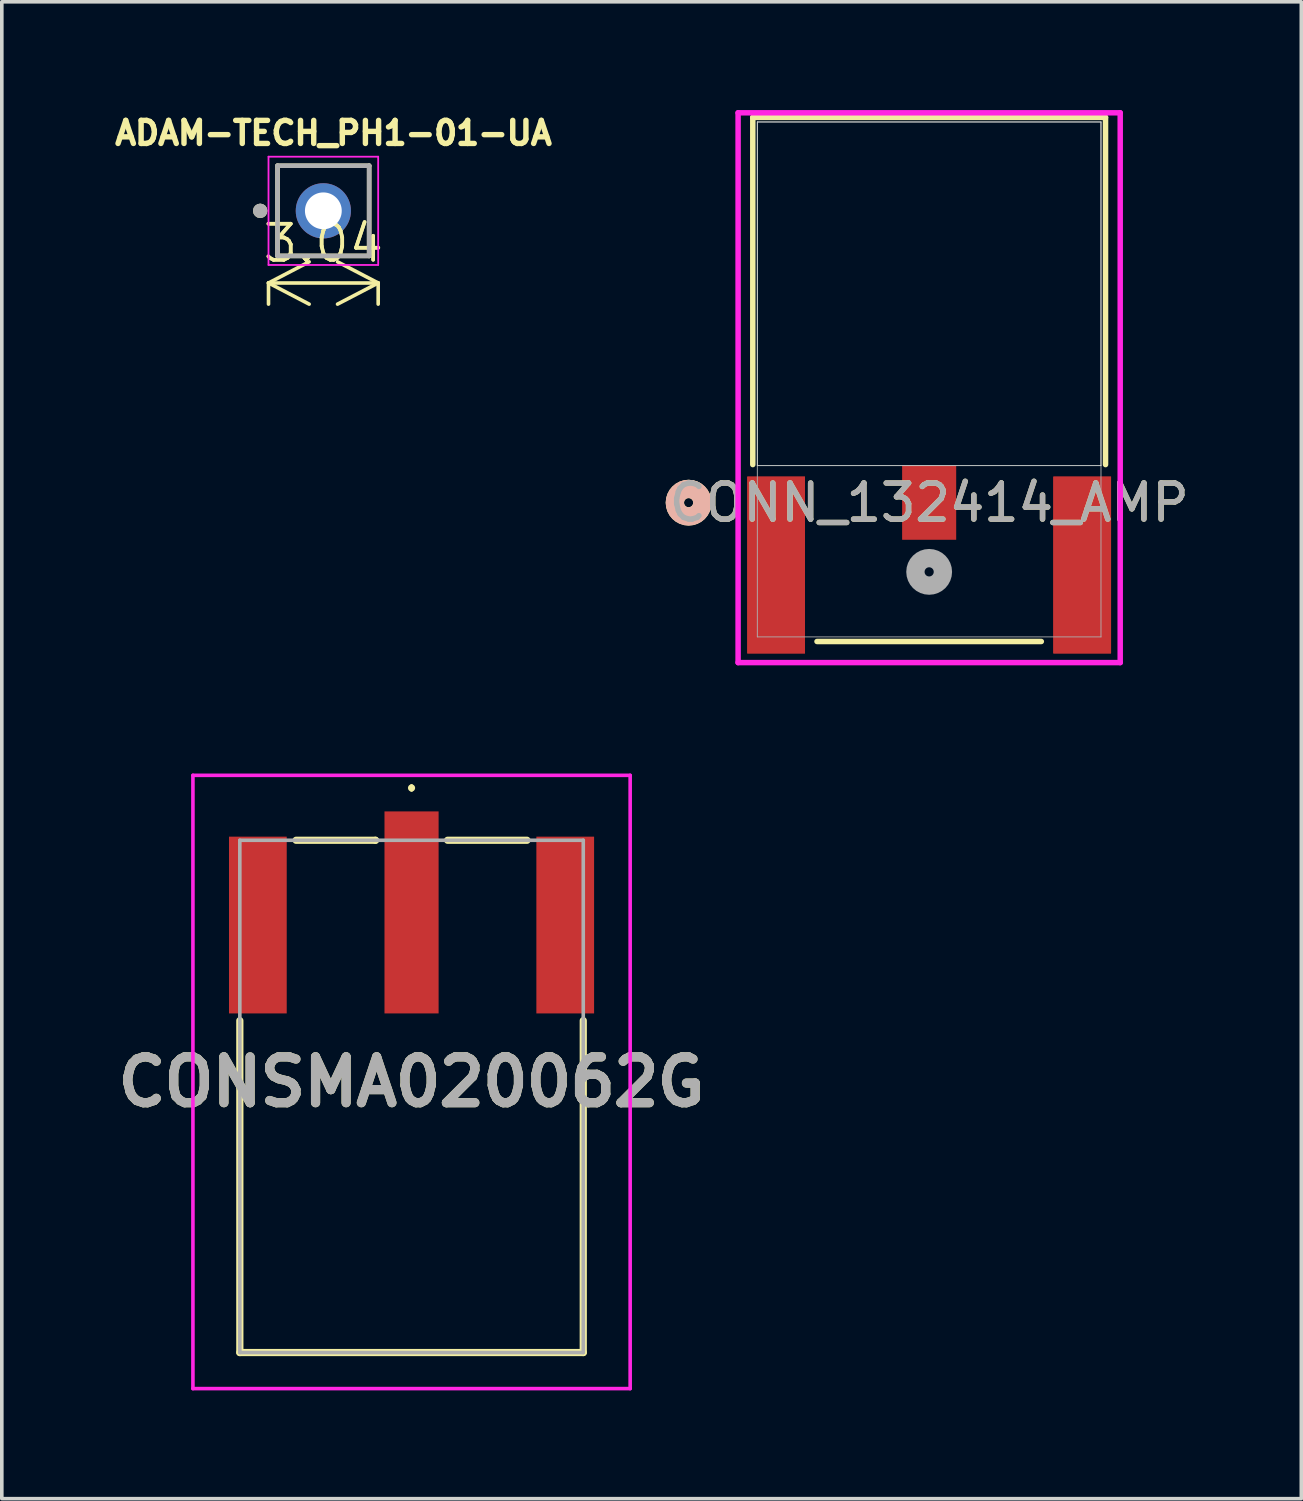
<source format=kicad_pcb>
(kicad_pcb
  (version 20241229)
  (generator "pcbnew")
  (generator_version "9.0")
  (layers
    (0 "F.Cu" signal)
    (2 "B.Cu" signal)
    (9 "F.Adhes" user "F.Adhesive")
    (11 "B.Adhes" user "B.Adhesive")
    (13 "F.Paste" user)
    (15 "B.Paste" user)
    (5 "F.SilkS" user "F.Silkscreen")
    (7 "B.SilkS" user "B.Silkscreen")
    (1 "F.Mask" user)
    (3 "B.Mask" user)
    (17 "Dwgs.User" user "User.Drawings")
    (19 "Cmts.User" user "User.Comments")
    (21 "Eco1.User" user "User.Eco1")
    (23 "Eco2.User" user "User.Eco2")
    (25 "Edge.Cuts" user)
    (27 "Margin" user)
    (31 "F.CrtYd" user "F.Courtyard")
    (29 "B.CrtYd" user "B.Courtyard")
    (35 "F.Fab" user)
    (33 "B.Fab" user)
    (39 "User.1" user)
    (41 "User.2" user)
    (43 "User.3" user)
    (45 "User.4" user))
  (footprint "ADAM-TECH_PH1-01-UA"
    (layer "F.Cu")
    (at 5.913 2.794)
    (property "Reference" "ADAM-TECH_PH1-01-UA" (at 0.282 -2.156 0) (layer "F.SilkS") (effects (font (size 0.64 0.64) (thickness 0.15))))
    (attr through_hole)
    (fp_line (start -1.27 -1.25) (end -1.27 1.25) (stroke (width 0.127) (type solid)) (layer "F.SilkS"))
    (fp_line (start -1.27 1.25) (end 1.27 1.25) (stroke (width 0.127) (type solid)) (layer "F.SilkS"))
    (fp_line (start 1.27 -1.25) (end -1.27 -1.25) (stroke (width 0.127) (type solid)) (layer "F.SilkS"))
    (fp_line (start 1.27 1.25) (end 1.27 -1.25) (stroke (width 0.127) (type solid)) (layer "F.SilkS"))
    (fp_circle (center -1.75 0) (end -1.65 0) (stroke (width 0.2) (type solid)) (fill no) (layer "F.SilkS"))
    (fp_line (start -1.52 -1.5) (end -1.52 1.5) (stroke (width 0.05) (type solid)) (layer "F.CrtYd"))
    (fp_line (start -1.52 1.5) (end 1.52 1.5) (stroke (width 0.05) (type solid)) (layer "F.CrtYd"))
    (fp_line (start 1.52 -1.5) (end -1.52 -1.5) (stroke (width 0.05) (type solid)) (layer "F.CrtYd"))
    (fp_line (start 1.52 1.5) (end 1.52 -1.5) (stroke (width 0.05) (type solid)) (layer "F.CrtYd"))
    (fp_line (start -1.27 -1.25) (end -1.27 1.25) (stroke (width 0.127) (type solid)) (layer "F.Fab"))
    (fp_line (start -1.27 1.25) (end 1.27 1.25) (stroke (width 0.127) (type solid)) (layer "F.Fab"))
    (fp_line (start 1.27 -1.25) (end -1.27 -1.25) (stroke (width 0.127) (type solid)) (layer "F.Fab"))
    (fp_line (start 1.27 1.25) (end 1.27 -1.25) (stroke (width 0.127) (type solid)) (layer "F.Fab"))
    (fp_circle (center -1.75 0) (end -1.65 0) (stroke (width 0.2) (type solid)) (fill no) (layer "F.Fab"))
    (dimension (type orthogonal) (layer "F.SilkS") (pts (xy 4.393 4.294) (xy 7.433 4.294)) (height 0.5) (orientation 0) (format (prefix "") (suffix "") (units 3) (units_format 0) (precision 4) (suppress_zeroes yes)) (style (thickness 0.1) (arrow_length 1.27) (text_position_mode 0) (arrow_direction outward) (extension_height 0.586) (extension_offset 0.5) (keep_text_aligned yes)) (gr_text "3.04" (at 5.913 3.694 0) (layer "F.SilkS") (effects (font (size 1 1) (thickness 0.1)))))
    (pad "1" thru_hole circle (at 0 0) (size 1.53 1.53) (drill 1.02) (layers "*.Cu" "*.Mask")))
  (footprint "CONN_132414_AMP"
    (layer "F.Cu")
    (at 22.706 7.468)
    (property "Reference" "CONN_132414_AMP" (at 0 3.416 0) (unlocked yes) (layer "F.SilkS") (effects (font (size 1 1) (thickness 0.15))))
    (attr smd)
    (fp_line (start -4.889 -7.264) (end -4.889 2.36) (stroke (width 0.152) (type solid)) (layer "F.SilkS"))
    (fp_line (start -3.109 7.264) (end 3.109 7.264) (stroke (width 0.152) (type solid)) (layer "F.SilkS"))
    (fp_line (start 4.889 -7.264) (end -4.889 -7.264) (stroke (width 0.152) (type solid)) (layer "F.SilkS"))
    (fp_line (start 4.889 2.36) (end 4.889 -7.264) (stroke (width 0.152) (type solid)) (layer "F.SilkS"))
    (fp_circle (center -6.668 3.416) (end -6.287 3.416) (stroke (width 0.508) (type solid)) (fill no) (layer "F.SilkS"))
    (fp_circle (center -6.668 3.416) (end -6.287 3.416) (stroke (width 0.508) (type solid)) (fill no) (layer "B.SilkS"))
    (fp_line (start -4.763 -7.137) (end 4.763 -7.137) (stroke (width 0.025) (type solid)) (layer "Edge.Cuts"))
    (fp_line (start -4.763 2.388) (end -4.763 -7.137) (stroke (width 0.025) (type solid)) (layer "Edge.Cuts"))
    (fp_line (start -4.763 2.388) (end 4.763 2.388) (stroke (width 0.025) (type solid)) (layer "Edge.Cuts"))
    (fp_line (start 4.763 -7.137) (end 4.763 2.388) (stroke (width 0.025) (type solid)) (layer "Edge.Cuts"))
    (fp_line (start -5.296 -7.391) (end -5.296 7.849) (stroke (width 0.152) (type solid)) (layer "F.CrtYd"))
    (fp_line (start -5.296 7.849) (end 5.296 7.849) (stroke (width 0.152) (type solid)) (layer "F.CrtYd"))
    (fp_line (start 5.296 -7.391) (end -5.296 -7.391) (stroke (width 0.152) (type solid)) (layer "F.CrtYd"))
    (fp_line (start 5.296 7.849) (end 5.296 -7.391) (stroke (width 0.152) (type solid)) (layer "F.CrtYd"))
    (fp_line (start -4.763 -7.137) (end -4.763 7.137) (stroke (width 0.025) (type solid)) (layer "F.Fab"))
    (fp_line (start -4.763 7.137) (end 4.763 7.137) (stroke (width 0.025) (type solid)) (layer "F.Fab"))
    (fp_line (start 4.763 -7.137) (end -4.763 -7.137) (stroke (width 0.025) (type solid)) (layer "F.Fab"))
    (fp_line (start 4.763 7.137) (end 4.763 -7.137) (stroke (width 0.025) (type solid)) (layer "F.Fab"))
    (fp_circle (center 0 5.334) (end 0.381 5.334) (stroke (width 0.508) (type solid)) (fill no) (layer "F.Fab"))
    (fp_text user "${REFERENCE}" (at 0 3.416 0) (unlocked yes) (layer "F.Fab") (effects (font (size 1 1) (thickness 0.15))))
    (pad "1" smd rect (at 0 3.416) (size 1.499 2.057) (layers "F.Cu" "F.Mask" "F.Paste"))
    (pad "2" smd rect (at -4.242 5.144) (size 1.6 4.902) (layers "F.Cu" "F.Mask" "F.Paste"))
    (pad "3" smd rect (at 4.242 5.144) (size 1.6 4.902) (layers "F.Cu" "F.Mask" "F.Paste"))
    (pad "4" smd rect (at -4.242 5.144) (size 1.6 4.902) (layers "F.Cu" "F.Mask" "F.Paste"))
    (pad "5" smd rect (at 4.242 5.144) (size 1.6 4.902) (layers "F.Cu" "F.Mask" "F.Paste")))
  (footprint "CONSMA020062G"
    (layer "F.Cu")
    (at 8.358 27.342)
    (property "Reference" "CONSMA020062G" (at 0 -0.4 0) (layer "F.SilkS") (effects (font (size 1.27 1.27) (thickness 0.254))))
    (attr smd)
    (fp_line (start -4.76 -2.1) (end -4.76 7.1) (stroke (width 0.2) (type solid)) (layer "F.SilkS"))
    (fp_line (start -4.76 7.1) (end 4.76 7.1) (stroke (width 0.2) (type solid)) (layer "F.SilkS"))
    (fp_line (start -1 -7.1) (end -3.2 -7.1) (stroke (width 0.2) (type solid)) (layer "F.SilkS"))
    (fp_line (start -1 -7.1) (end -1 -7.1) (stroke (width 0.2) (type solid)) (layer "F.SilkS"))
    (fp_line (start 0 -8.6) (end 0 -8.6) (stroke (width 0.1) (type solid)) (layer "F.SilkS"))
    (fp_line (start 0 -8.5) (end 0 -8.5) (stroke (width 0.1) (type solid)) (layer "F.SilkS"))
    (fp_line (start 3.2 -7.1) (end 1 -7.1) (stroke (width 0.2) (type solid)) (layer "F.SilkS"))
    (fp_line (start 4.76 7.1) (end 4.76 -2.1) (stroke (width 0.2) (type solid)) (layer "F.SilkS"))
    (fp_arc (start 0 -8.6) (mid 0.05 -8.55) (end 0 -8.5) (stroke (width 0.1) (type solid)) (layer "F.SilkS"))
    (fp_arc (start 0 -8.5) (mid -0.05 -8.55) (end 0 -8.6) (stroke (width 0.1) (type solid)) (layer "F.SilkS"))
    (fp_line (start -6.06 -8.9) (end 6.06 -8.9) (stroke (width 0.1) (type solid)) (layer "F.CrtYd"))
    (fp_line (start -6.06 8.1) (end -6.06 -8.9) (stroke (width 0.1) (type solid)) (layer "F.CrtYd"))
    (fp_line (start 6.06 -8.9) (end 6.06 8.1) (stroke (width 0.1) (type solid)) (layer "F.CrtYd"))
    (fp_line (start 6.06 8.1) (end -6.06 8.1) (stroke (width 0.1) (type solid)) (layer "F.CrtYd"))
    (fp_line (start -4.76 -7.1) (end -4.76 7.1) (stroke (width 0.1) (type solid)) (layer "F.Fab"))
    (fp_line (start -4.76 7.1) (end 4.76 7.1) (stroke (width 0.1) (type solid)) (layer "F.Fab"))
    (fp_line (start 4.76 -7.1) (end -4.76 -7.1) (stroke (width 0.1) (type solid)) (layer "F.Fab"))
    (fp_line (start 4.76 7.1) (end 4.76 -7.1) (stroke (width 0.1) (type solid)) (layer "F.Fab"))
    (fp_text user "${REFERENCE}" (at 0 -0.4 0) (layer "F.Fab") (effects (font (size 1.27 1.27) (thickness 0.254))))
    (pad "1" smd rect (at 0 -5.1) (size 1.5 5.6) (layers "F.Cu" "F.Mask" "F.Paste"))
    (pad "2" smd rect (at -4.26 -4.75) (size 1.6 4.9) (layers "F.Cu" "F.Mask" "F.Paste"))
    (pad "3" smd rect (at 4.26 -4.75) (size 1.6 4.9) (layers "F.Cu" "F.Mask" "F.Paste")))
  (gr_rect
    (start -3 -3)
    (end 33.022 38.492)
    (stroke (width 0.1) (type default))
    (fill no)
    (layer "Edge.Cuts")))
</source>
